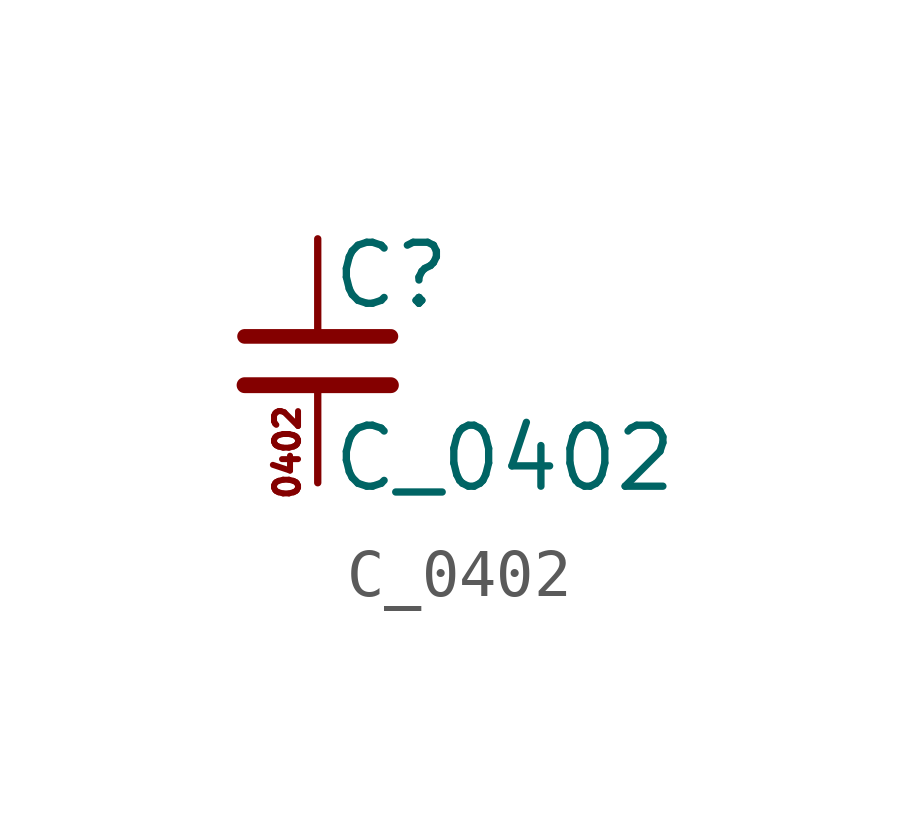
<source format=kicad_sym>
(kicad_symbol_lib
  (version 20220914)
  (generator kicad_symbol_editor)
  (symbol "C_0402"
    (pin_numbers hide)
    (pin_names
      (offset 0.254) hide)
    (property "Reference" "C"
      (at 0.254 1.778 0)
      (effects (font (size 1.27 1.27)) (justify left)))
    (property "Value" "C_0402"
      (at 0.254 -2.032 0)
      (effects (font (size 1.27 1.27)) (justify left)))
    (symbol "C_0402_0_0"
      (text "0402" (at -0.635 -1.905 900) (effects (font (size 0.5 0.5)))))
    (symbol "C_0402_0_1"
      (polyline (pts (xy -1.524 -0.508) (xy 1.524 -0.508)) (stroke (width 0.33) (type default)) (fill (type none)))
      (polyline (pts (xy -1.524 0.508) (xy 1.524 0.508)) (stroke (width 0.305) (type default)) (fill (type none))))
    (symbol "C_0402_1_1"
      (pin passive line (at 0 2.54 270) (length 2.032) (name "1" (effects (font (size 1.27 1.27)))) (number "1" (effects (font (size 1.27 1.27)))))
      (pin passive line (at 0 -2.54 90) (length 2.032) (name "2" (effects (font (size 1.27 1.27)))) (number "2" (effects (font (size 1.27 1.27))))))))
</source>
